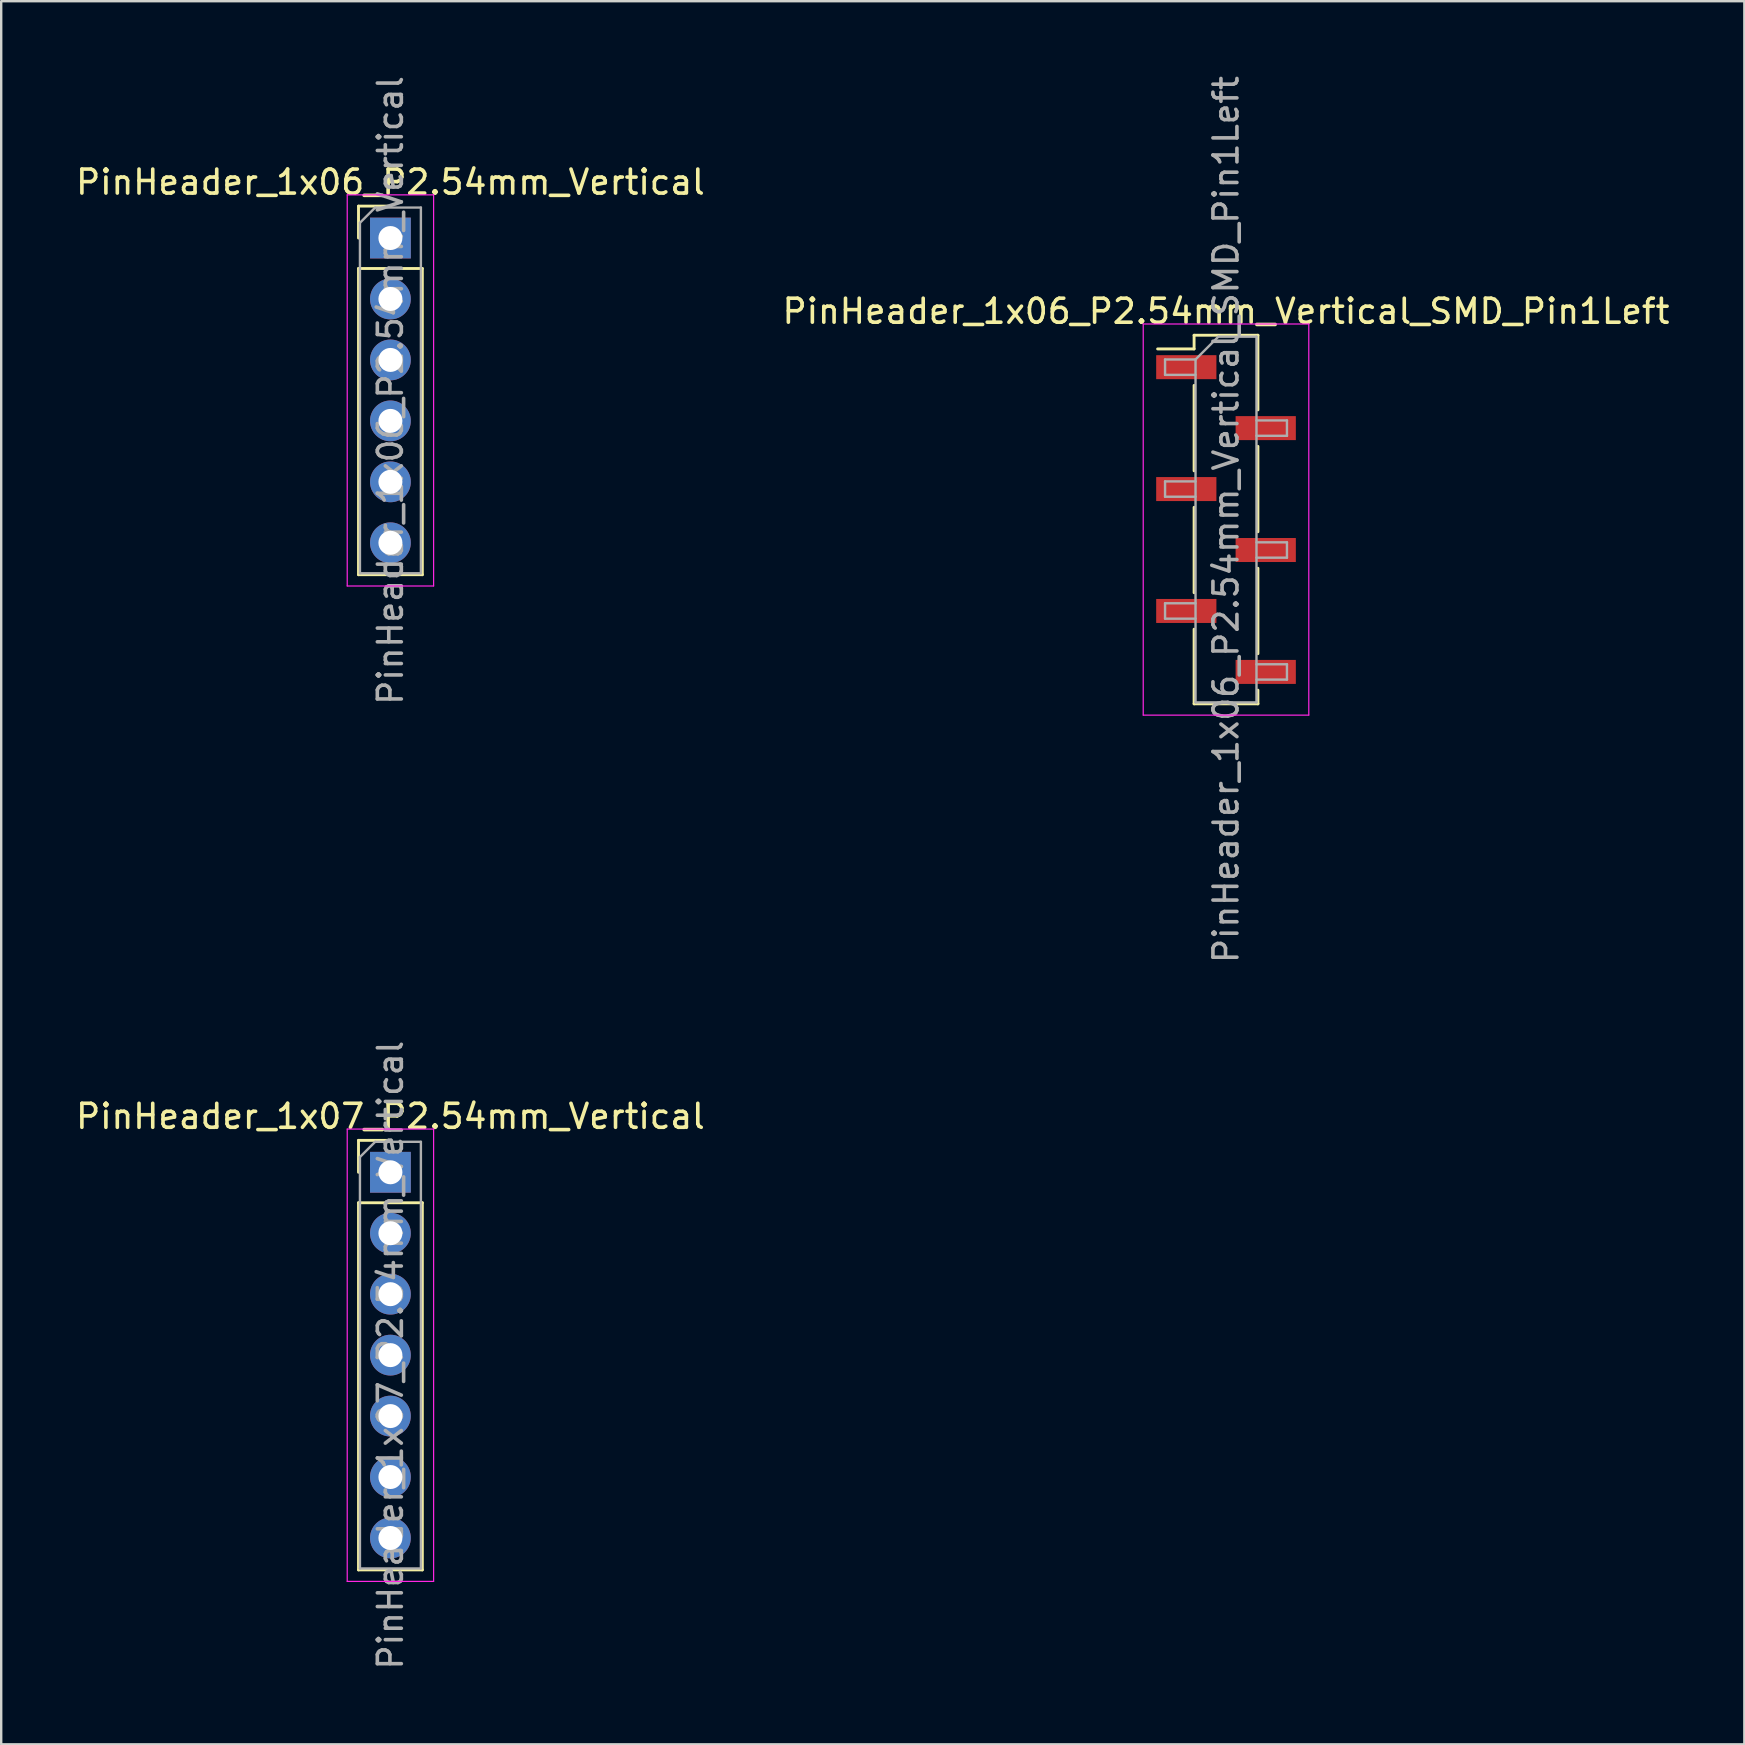
<source format=kicad_pcb>
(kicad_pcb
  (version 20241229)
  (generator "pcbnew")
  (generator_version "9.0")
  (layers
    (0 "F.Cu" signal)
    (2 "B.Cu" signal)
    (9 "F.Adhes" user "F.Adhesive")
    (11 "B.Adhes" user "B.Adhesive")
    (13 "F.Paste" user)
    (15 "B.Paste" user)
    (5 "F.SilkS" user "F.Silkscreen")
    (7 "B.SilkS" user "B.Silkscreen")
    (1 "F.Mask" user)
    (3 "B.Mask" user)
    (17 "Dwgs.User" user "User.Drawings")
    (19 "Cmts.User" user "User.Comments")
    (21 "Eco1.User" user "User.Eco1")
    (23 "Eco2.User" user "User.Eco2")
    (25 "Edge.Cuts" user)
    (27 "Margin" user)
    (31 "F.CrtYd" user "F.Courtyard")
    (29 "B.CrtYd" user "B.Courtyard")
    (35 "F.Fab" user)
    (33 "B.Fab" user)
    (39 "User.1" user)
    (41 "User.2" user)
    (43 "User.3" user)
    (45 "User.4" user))
  (footprint "PinHeader_1x06_P2.54mm_Vertical_SMD_Pin1Left"
    (layer "F.Cu")
    (at 48.042 18.601)
    (property "Reference" "PinHeader_1x06_P2.54mm_Vertical_SMD_Pin1Left" (at 0 -8.68 0) (layer "F.SilkS") (effects (font (size 1 1) (thickness 0.15))))
    (attr smd)
    (fp_line (start -1.33 -7.68) (end -1.33 -7.11) (stroke (width 0.12) (type solid)) (layer "F.SilkS"))
    (fp_line (start -1.33 -7.68) (end 1.33 -7.68) (stroke (width 0.12) (type solid)) (layer "F.SilkS"))
    (fp_line (start -1.33 -7.11) (end -2.85 -7.11) (stroke (width 0.12) (type solid)) (layer "F.SilkS"))
    (fp_line (start -1.33 -5.59) (end -1.33 -2.03) (stroke (width 0.12) (type solid)) (layer "F.SilkS"))
    (fp_line (start -1.33 -0.51) (end -1.33 3.05) (stroke (width 0.12) (type solid)) (layer "F.SilkS"))
    (fp_line (start -1.33 4.57) (end -1.33 7.68) (stroke (width 0.12) (type solid)) (layer "F.SilkS"))
    (fp_line (start -1.33 7.68) (end 1.33 7.68) (stroke (width 0.12) (type solid)) (layer "F.SilkS"))
    (fp_line (start 1.33 -7.68) (end 1.33 -4.57) (stroke (width 0.12) (type solid)) (layer "F.SilkS"))
    (fp_line (start 1.33 -3.05) (end 1.33 0.51) (stroke (width 0.12) (type solid)) (layer "F.SilkS"))
    (fp_line (start 1.33 2.03) (end 1.33 5.59) (stroke (width 0.12) (type solid)) (layer "F.SilkS"))
    (fp_line (start 1.33 7.11) (end 1.33 7.68) (stroke (width 0.12) (type solid)) (layer "F.SilkS"))
    (fp_line (start -3.45 -8.15) (end -3.45 8.15) (stroke (width 0.05) (type solid)) (layer "F.CrtYd"))
    (fp_line (start -3.45 8.15) (end 3.45 8.15) (stroke (width 0.05) (type solid)) (layer "F.CrtYd"))
    (fp_line (start 3.45 -8.15) (end -3.45 -8.15) (stroke (width 0.05) (type solid)) (layer "F.CrtYd"))
    (fp_line (start 3.45 8.15) (end 3.45 -8.15) (stroke (width 0.05) (type solid)) (layer "F.CrtYd"))
    (fp_line (start -2.54 -6.67) (end -2.54 -6.03) (stroke (width 0.1) (type solid)) (layer "F.Fab"))
    (fp_line (start -2.54 -6.03) (end -1.27 -6.03) (stroke (width 0.1) (type solid)) (layer "F.Fab"))
    (fp_line (start -2.54 -1.59) (end -2.54 -0.95) (stroke (width 0.1) (type solid)) (layer "F.Fab"))
    (fp_line (start -2.54 -0.95) (end -1.27 -0.95) (stroke (width 0.1) (type solid)) (layer "F.Fab"))
    (fp_line (start -2.54 3.49) (end -2.54 4.13) (stroke (width 0.1) (type solid)) (layer "F.Fab"))
    (fp_line (start -2.54 4.13) (end -1.27 4.13) (stroke (width 0.1) (type solid)) (layer "F.Fab"))
    (fp_line (start -1.27 -6.67) (end -2.54 -6.67) (stroke (width 0.1) (type solid)) (layer "F.Fab"))
    (fp_line (start -1.27 -6.67) (end -0.32 -7.62) (stroke (width 0.1) (type solid)) (layer "F.Fab"))
    (fp_line (start -1.27 -1.59) (end -2.54 -1.59) (stroke (width 0.1) (type solid)) (layer "F.Fab"))
    (fp_line (start -1.27 3.49) (end -2.54 3.49) (stroke (width 0.1) (type solid)) (layer "F.Fab"))
    (fp_line (start -1.27 7.62) (end -1.27 -6.67) (stroke (width 0.1) (type solid)) (layer "F.Fab"))
    (fp_line (start -0.32 -7.62) (end 1.27 -7.62) (stroke (width 0.1) (type solid)) (layer "F.Fab"))
    (fp_line (start 1.27 -7.62) (end 1.27 7.62) (stroke (width 0.1) (type solid)) (layer "F.Fab"))
    (fp_line (start 1.27 -4.13) (end 2.54 -4.13) (stroke (width 0.1) (type solid)) (layer "F.Fab"))
    (fp_line (start 1.27 0.95) (end 2.54 0.95) (stroke (width 0.1) (type solid)) (layer "F.Fab"))
    (fp_line (start 1.27 6.03) (end 2.54 6.03) (stroke (width 0.1) (type solid)) (layer "F.Fab"))
    (fp_line (start 1.27 7.62) (end -1.27 7.62) (stroke (width 0.1) (type solid)) (layer "F.Fab"))
    (fp_line (start 2.54 -4.13) (end 2.54 -3.49) (stroke (width 0.1) (type solid)) (layer "F.Fab"))
    (fp_line (start 2.54 -3.49) (end 1.27 -3.49) (stroke (width 0.1) (type solid)) (layer "F.Fab"))
    (fp_line (start 2.54 0.95) (end 2.54 1.59) (stroke (width 0.1) (type solid)) (layer "F.Fab"))
    (fp_line (start 2.54 1.59) (end 1.27 1.59) (stroke (width 0.1) (type solid)) (layer "F.Fab"))
    (fp_line (start 2.54 6.03) (end 2.54 6.67) (stroke (width 0.1) (type solid)) (layer "F.Fab"))
    (fp_line (start 2.54 6.67) (end 1.27 6.67) (stroke (width 0.1) (type solid)) (layer "F.Fab"))
    (fp_text user "${REFERENCE}" (at 0 0 90) (layer "F.Fab") (effects (font (size 1 1) (thickness 0.15))))
    (pad "1" smd rect (at -1.655 -6.35) (size 2.51 1) (layers "F.Cu" "F.Mask" "F.Paste"))
    (pad "2" smd rect (at 1.655 -3.81) (size 2.51 1) (layers "F.Cu" "F.Mask" "F.Paste"))
    (pad "3" smd rect (at -1.655 -1.27) (size 2.51 1) (layers "F.Cu" "F.Mask" "F.Paste"))
    (pad "4" smd rect (at 1.655 1.27) (size 2.51 1) (layers "F.Cu" "F.Mask" "F.Paste"))
    (pad "5" smd rect (at -1.655 3.81) (size 2.51 1) (layers "F.Cu" "F.Mask" "F.Paste"))
    (pad "6" smd rect (at 1.655 6.35) (size 2.51 1) (layers "F.Cu" "F.Mask" "F.Paste")))
  (footprint "PinHeader_1x06_P2.54mm_Vertical"
    (layer "F.Cu")
    (at 13.22 6.87)
    (property "Reference" "PinHeader_1x06_P2.54mm_Vertical" (at 0 -2.33 0) (layer "F.SilkS") (effects (font (size 1 1) (thickness 0.15))))
    (attr through_hole)
    (fp_line (start -1.33 -1.33) (end 0 -1.33) (stroke (width 0.12) (type solid)) (layer "F.SilkS"))
    (fp_line (start -1.33 0) (end -1.33 -1.33) (stroke (width 0.12) (type solid)) (layer "F.SilkS"))
    (fp_line (start -1.33 1.27) (end -1.33 14.03) (stroke (width 0.12) (type solid)) (layer "F.SilkS"))
    (fp_line (start -1.33 1.27) (end 1.33 1.27) (stroke (width 0.12) (type solid)) (layer "F.SilkS"))
    (fp_line (start -1.33 14.03) (end 1.33 14.03) (stroke (width 0.12) (type solid)) (layer "F.SilkS"))
    (fp_line (start 1.33 1.27) (end 1.33 14.03) (stroke (width 0.12) (type solid)) (layer "F.SilkS"))
    (fp_line (start -1.8 -1.8) (end -1.8 14.5) (stroke (width 0.05) (type solid)) (layer "F.CrtYd"))
    (fp_line (start -1.8 14.5) (end 1.8 14.5) (stroke (width 0.05) (type solid)) (layer "F.CrtYd"))
    (fp_line (start 1.8 -1.8) (end -1.8 -1.8) (stroke (width 0.05) (type solid)) (layer "F.CrtYd"))
    (fp_line (start 1.8 14.5) (end 1.8 -1.8) (stroke (width 0.05) (type solid)) (layer "F.CrtYd"))
    (fp_line (start -1.27 -0.635) (end -0.635 -1.27) (stroke (width 0.1) (type solid)) (layer "F.Fab"))
    (fp_line (start -1.27 13.97) (end -1.27 -0.635) (stroke (width 0.1) (type solid)) (layer "F.Fab"))
    (fp_line (start -0.635 -1.27) (end 1.27 -1.27) (stroke (width 0.1) (type solid)) (layer "F.Fab"))
    (fp_line (start 1.27 -1.27) (end 1.27 13.97) (stroke (width 0.1) (type solid)) (layer "F.Fab"))
    (fp_line (start 1.27 13.97) (end -1.27 13.97) (stroke (width 0.1) (type solid)) (layer "F.Fab"))
    (fp_text user "${REFERENCE}" (at 0 6.35 90) (layer "F.Fab") (effects (font (size 1 1) (thickness 0.15))))
    (pad "1" thru_hole rect (at 0 0) (size 1.7 1.7) (drill 1) (layers "*.Cu" "*.Mask"))
    (pad "2" thru_hole oval (at 0 2.54) (size 1.7 1.7) (drill 1) (layers "*.Cu" "*.Mask"))
    (pad "3" thru_hole oval (at 0 5.08) (size 1.7 1.7) (drill 1) (layers "*.Cu" "*.Mask"))
    (pad "4" thru_hole oval (at 0 7.62) (size 1.7 1.7) (drill 1) (layers "*.Cu" "*.Mask"))
    (pad "5" thru_hole oval (at 0 10.16) (size 1.7 1.7) (drill 1) (layers "*.Cu" "*.Mask"))
    (pad "6" thru_hole oval (at 0 12.7) (size 1.7 1.7) (drill 1) (layers "*.Cu" "*.Mask")))
  (footprint "PinHeader_1x07_P2.54mm_Vertical"
    (layer "F.Cu")
    (at 13.22 45.803)
    (property "Reference" "PinHeader_1x07_P2.54mm_Vertical" (at 0 -2.33 0) (layer "F.SilkS") (effects (font (size 1 1) (thickness 0.15))))
    (attr through_hole)
    (fp_line (start -1.33 -1.33) (end 0 -1.33) (stroke (width 0.12) (type solid)) (layer "F.SilkS"))
    (fp_line (start -1.33 0) (end -1.33 -1.33) (stroke (width 0.12) (type solid)) (layer "F.SilkS"))
    (fp_line (start -1.33 1.27) (end -1.33 16.57) (stroke (width 0.12) (type solid)) (layer "F.SilkS"))
    (fp_line (start -1.33 1.27) (end 1.33 1.27) (stroke (width 0.12) (type solid)) (layer "F.SilkS"))
    (fp_line (start -1.33 16.57) (end 1.33 16.57) (stroke (width 0.12) (type solid)) (layer "F.SilkS"))
    (fp_line (start 1.33 1.27) (end 1.33 16.57) (stroke (width 0.12) (type solid)) (layer "F.SilkS"))
    (fp_line (start -1.8 -1.8) (end -1.8 17.05) (stroke (width 0.05) (type solid)) (layer "F.CrtYd"))
    (fp_line (start -1.8 17.05) (end 1.8 17.05) (stroke (width 0.05) (type solid)) (layer "F.CrtYd"))
    (fp_line (start 1.8 -1.8) (end -1.8 -1.8) (stroke (width 0.05) (type solid)) (layer "F.CrtYd"))
    (fp_line (start 1.8 17.05) (end 1.8 -1.8) (stroke (width 0.05) (type solid)) (layer "F.CrtYd"))
    (fp_line (start -1.27 -0.635) (end -0.635 -1.27) (stroke (width 0.1) (type solid)) (layer "F.Fab"))
    (fp_line (start -1.27 16.51) (end -1.27 -0.635) (stroke (width 0.1) (type solid)) (layer "F.Fab"))
    (fp_line (start -0.635 -1.27) (end 1.27 -1.27) (stroke (width 0.1) (type solid)) (layer "F.Fab"))
    (fp_line (start 1.27 -1.27) (end 1.27 16.51) (stroke (width 0.1) (type solid)) (layer "F.Fab"))
    (fp_line (start 1.27 16.51) (end -1.27 16.51) (stroke (width 0.1) (type solid)) (layer "F.Fab"))
    (fp_text user "${REFERENCE}" (at 0 7.62 90) (layer "F.Fab") (effects (font (size 1 1) (thickness 0.15))))
    (pad "1" thru_hole rect (at 0 0) (size 1.7 1.7) (drill 1) (layers "*.Cu" "*.Mask"))
    (pad "2" thru_hole oval (at 0 2.54) (size 1.7 1.7) (drill 1) (layers "*.Cu" "*.Mask"))
    (pad "3" thru_hole oval (at 0 5.08) (size 1.7 1.7) (drill 1) (layers "*.Cu" "*.Mask"))
    (pad "4" thru_hole oval (at 0 7.62) (size 1.7 1.7) (drill 1) (layers "*.Cu" "*.Mask"))
    (pad "5" thru_hole oval (at 0 10.16) (size 1.7 1.7) (drill 1) (layers "*.Cu" "*.Mask"))
    (pad "6" thru_hole oval (at 0 12.7) (size 1.7 1.7) (drill 1) (layers "*.Cu" "*.Mask"))
    (pad "7" thru_hole oval (at 0 15.24) (size 1.7 1.7) (drill 1) (layers "*.Cu" "*.Mask")))
  (gr_rect
    (start -3 -3)
    (end 69.643 69.643)
    (stroke (width 0.1) (type default))
    (fill no)
    (layer "Edge.Cuts")))
</source>
